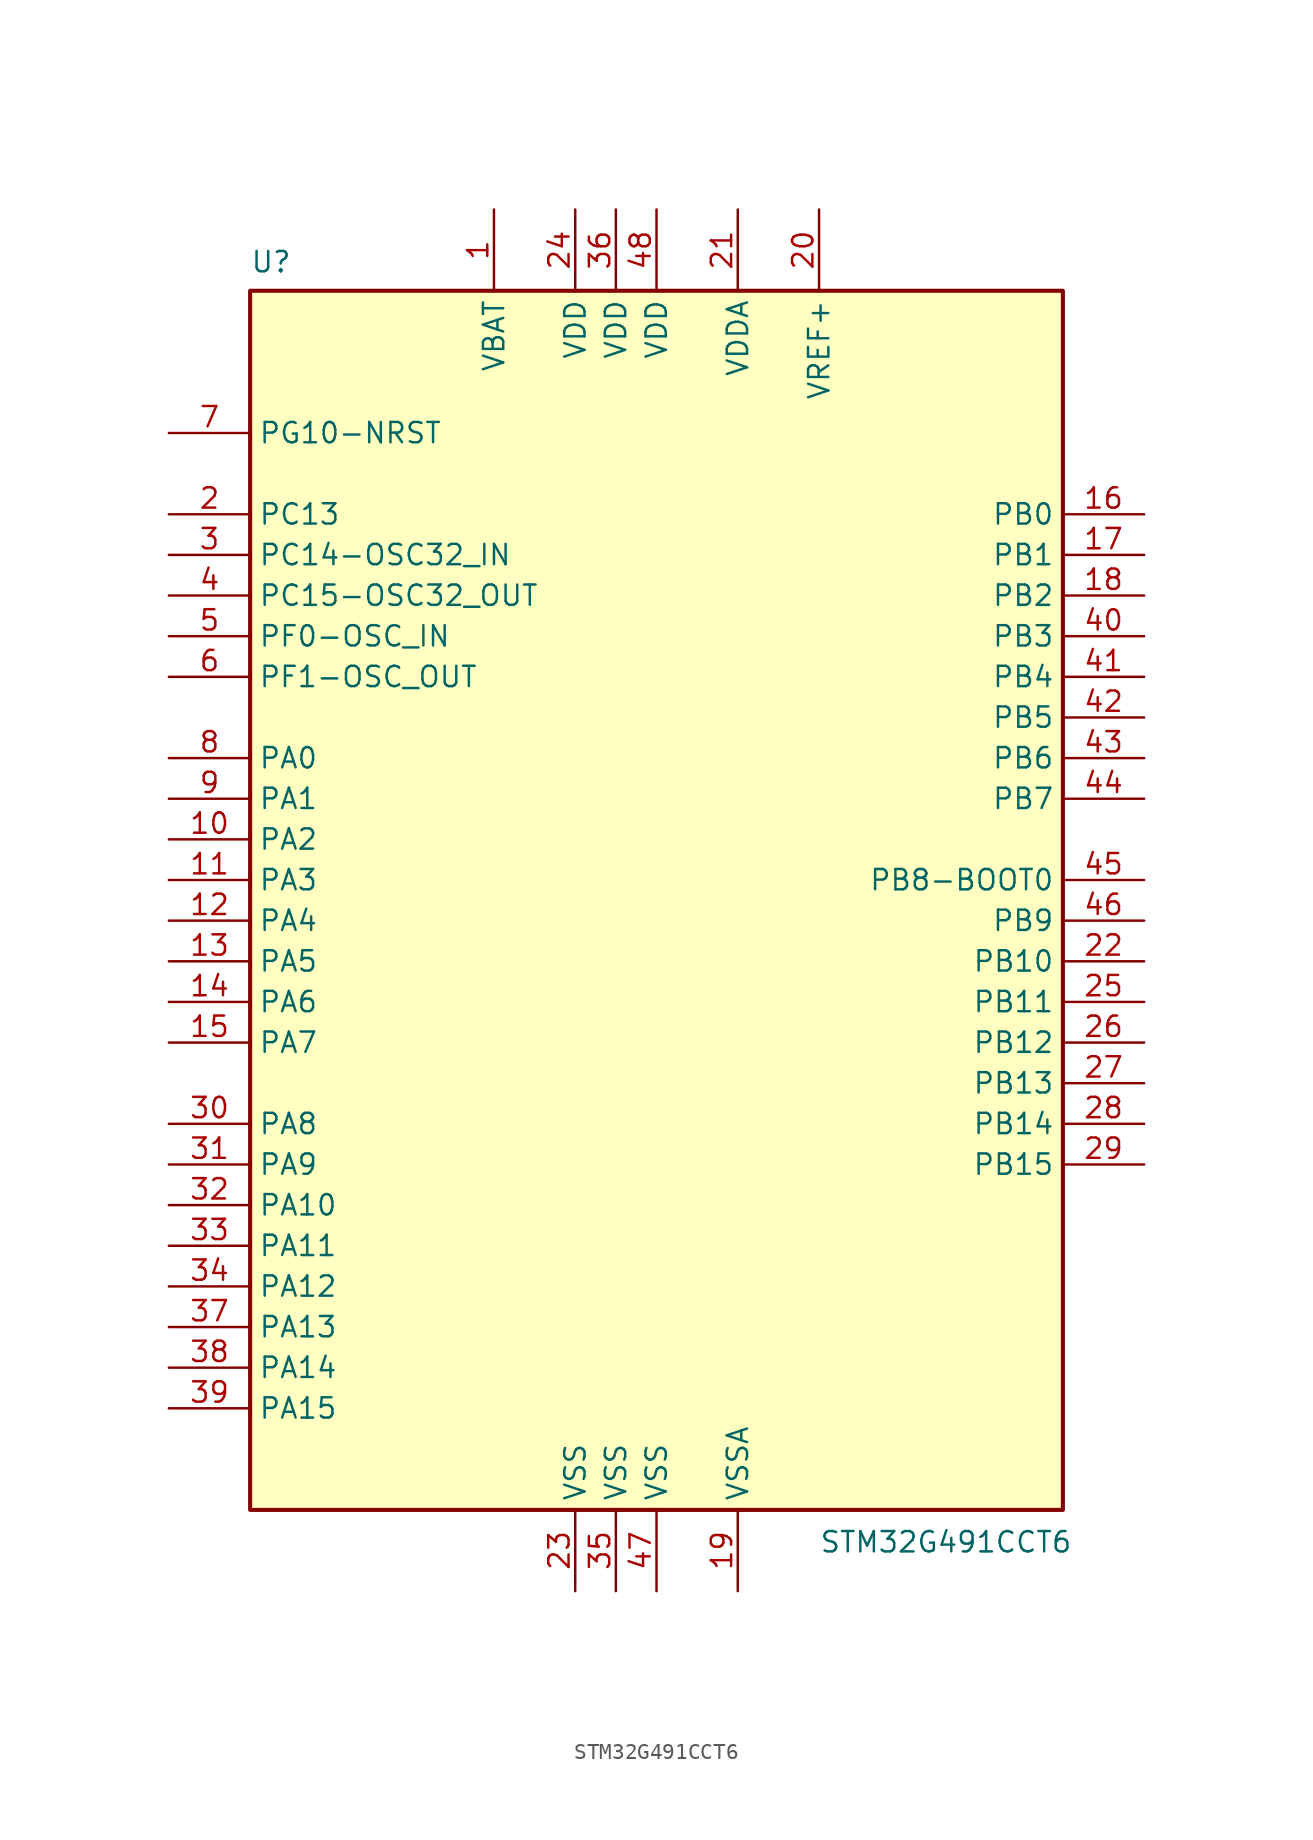
<source format=kicad_sym>
(kicad_symbol_lib
  (version 20241209)
  (generator "kicad_symbol_editor")
  (generator_version "9.0")
  (symbol "STM32G491CCT6"
    (property "Reference" "U"
      (at -25.4 40.64 0)
      (effects (font (size 1.27 1.27)) (justify left top)))
    (property "Value" "STM32G491CCT6"
      (at 10.16 -39.37 0)
      (effects (font (size 1.27 1.27)) (justify left top)))
    (symbol "STM32G491CCT6_1_1"
      (rectangle (start -25.4 38.1) (end 25.4 -38.1) (stroke (width 0.254) (type default)) (fill (type background)))
      (pin input line (at -30.48 29.21 0) (length 5.08) (name "PG10-NRST" (effects (font (size 1.27 1.27)))) (number "7" (effects (font (size 1.27 1.27)))) (alternate "MCO" output line) (alternate "NRST" input line))
      (pin bidirectional line (at -30.48 24.13 0) (length 5.08) (name "PC13" (effects (font (size 1.27 1.27)))) (number "2" (effects (font (size 1.27 1.27)))) (alternate "RTC_OUT1" output line) (alternate "RTC_TAMP1" input line) (alternate "RTC_TS" input line) (alternate "TIM1_BKIN" input line) (alternate "TIM1_CH1N" bidirectional line) (alternate "TIM8_CH4N" bidirectional line) (alternate "WKUP2" input line))
      (pin bidirectional line (at -30.48 21.59 0) (length 5.08) (name "PC14-OSC32_IN" (effects (font (size 1.27 1.27)))) (number "3" (effects (font (size 1.27 1.27)))))
      (pin bidirectional line (at -30.48 19.05 0) (length 5.08) (name "PC15-OSC32_OUT" (effects (font (size 1.27 1.27)))) (number "4" (effects (font (size 1.27 1.27)))))
      (pin bidirectional line (at -30.48 16.51 0) (length 5.08) (name "PF0-OSC_IN" (effects (font (size 1.27 1.27)))) (number "5" (effects (font (size 1.27 1.27)))) (alternate "ADC1_IN10" input line) (alternate "I2C2_SDA" bidirectional line) (alternate "I2S2_WS" bidirectional line) (alternate "OSC_IN" input line) (alternate "SPI2_NSS" bidirectional line) (alternate "TIM1_CH3N" bidirectional line))
      (pin bidirectional line (at -30.48 13.97 0) (length 5.08) (name "PF1-OSC_OUT" (effects (font (size 1.27 1.27)))) (number "6" (effects (font (size 1.27 1.27)))) (alternate "ADC2_IN10" input line) (alternate "COMP3_INM" input line) (alternate "I2S2_CK" bidirectional line) (alternate "OSC_OUT" output line) (alternate "SPI2_SCK" bidirectional line))
      (pin bidirectional line (at -30.48 8.89 0) (length 5.08) (name "PA0" (effects (font (size 1.27 1.27)))) (number "8" (effects (font (size 1.27 1.27)))) (alternate "ADC12_IN1" input line) (alternate "COMP1_INM" input line) (alternate "COMP1_OUT" output line) (alternate "COMP3_INP" input line) (alternate "RTC_TAMP2" input line) (alternate "TIM2_CH1" bidirectional line) (alternate "TIM2_ETR" input line) (alternate "TIM8_BKIN" input line) (alternate "TIM8_ETR" input line) (alternate "USART2_CTS" input line) (alternate "WKUP1" input line))
      (pin bidirectional line (at -30.48 6.35 0) (length 5.08) (name "PA1" (effects (font (size 1.27 1.27)))) (number "9" (effects (font (size 1.27 1.27)))) (alternate "ADC12_IN2" input line) (alternate "COMP1_INP" input line) (alternate "OPAMP1_VINP" input line) (alternate "OPAMP3_VINP" input line) (alternate "OPAMP6_VINM" input line) (alternate "RTC_REFIN" input line) (alternate "TIM15_CH1N" bidirectional line) (alternate "TIM2_CH2" bidirectional line) (alternate "USART2_RTS_DE" output line))
      (pin bidirectional line (at -30.48 3.81 0) (length 5.08) (name "PA2" (effects (font (size 1.27 1.27)))) (number "10" (effects (font (size 1.27 1.27)))) (alternate "ADC1_IN3" input line) (alternate "COMP2_INM" input line) (alternate "COMP2_OUT" output line) (alternate "LPUART1_TX" output line) (alternate "LSCO" output line) (alternate "OPAMP1_VOUT" output line) (alternate "QUADSPI1_BK1_NCS" output line) (alternate "TIM15_CH1" bidirectional line) (alternate "TIM2_CH3" bidirectional line) (alternate "UCPD1_FRSTX" output line) (alternate "USART2_TX" output line) (alternate "WKUP4" input line))
      (pin bidirectional line (at -30.48 1.27 0) (length 5.08) (name "PA3" (effects (font (size 1.27 1.27)))) (number "11" (effects (font (size 1.27 1.27)))) (alternate "ADC1_IN4" input line) (alternate "COMP2_INP" input line) (alternate "LPUART1_RX" input line) (alternate "OPAMP1_VINM" input line) (alternate "OPAMP1_VINP" input line) (alternate "QUADSPI1_CLK" output line) (alternate "SAI1_CK1" bidirectional line) (alternate "SAI1_MCLK_A" output line) (alternate "TIM15_CH2" bidirectional line) (alternate "TIM2_CH4" bidirectional line) (alternate "USART2_RX" input line))
      (pin bidirectional line (at -30.48 -1.27 0) (length 5.08) (name "PA4" (effects (font (size 1.27 1.27)))) (number "12" (effects (font (size 1.27 1.27)))) (alternate "ADC2_IN17" input line) (alternate "COMP1_INM" input line) (alternate "DAC1_OUT1" output line) (alternate "I2S3_WS" bidirectional line) (alternate "SAI1_FS_B" bidirectional line) (alternate "SPI1_NSS" bidirectional line) (alternate "SPI3_NSS" bidirectional line) (alternate "TIM3_CH2" bidirectional line) (alternate "USART2_CK" bidirectional line))
      (pin bidirectional line (at -30.48 -3.81 0) (length 5.08) (name "PA5" (effects (font (size 1.27 1.27)))) (number "13" (effects (font (size 1.27 1.27)))) (alternate "ADC2_IN13" input line) (alternate "COMP2_INM" input line) (alternate "DAC1_OUT2" output line) (alternate "OPAMP2_VINM" input line) (alternate "SPI1_SCK" bidirectional line) (alternate "TIM2_CH1" bidirectional line) (alternate "TIM2_ETR" input line) (alternate "UCPD1_FRSTX" output line))
      (pin bidirectional line (at -30.48 -6.35 0) (length 5.08) (name "PA6" (effects (font (size 1.27 1.27)))) (number "14" (effects (font (size 1.27 1.27)))) (alternate "ADC2_IN3" input line) (alternate "COMP1_OUT" output line) (alternate "LPUART1_CTS" input line) (alternate "OPAMP2_VOUT" output line) (alternate "QUADSPI1_BK1_IO3" bidirectional line) (alternate "SPI1_MISO" bidirectional line) (alternate "TIM16_CH1" bidirectional line) (alternate "TIM1_BKIN" input line) (alternate "TIM3_CH1" bidirectional line) (alternate "TIM8_BKIN" input line))
      (pin bidirectional line (at -30.48 -8.89 0) (length 5.08) (name "PA7" (effects (font (size 1.27 1.27)))) (number "15" (effects (font (size 1.27 1.27)))) (alternate "ADC2_IN4" input line) (alternate "COMP2_INP" input line) (alternate "COMP2_OUT" output line) (alternate "OPAMP1_VINP" input line) (alternate "OPAMP2_VINP" input line) (alternate "QUADSPI1_BK1_IO2" bidirectional line) (alternate "SPI1_MOSI" bidirectional line) (alternate "TIM17_CH1" bidirectional line) (alternate "TIM1_CH1N" bidirectional line) (alternate "TIM3_CH2" bidirectional line) (alternate "TIM8_CH1N" bidirectional line) (alternate "UCPD1_FRSTX" output line))
      (pin bidirectional line (at -30.48 -13.97 0) (length 5.08) (name "PA8" (effects (font (size 1.27 1.27)))) (number "30" (effects (font (size 1.27 1.27)))) (alternate "I2C2_SDA" bidirectional line) (alternate "I2C3_SCL" bidirectional line) (alternate "I2S2_MCK" output line) (alternate "MCO" output line) (alternate "SAI1_CK2" bidirectional line) (alternate "SAI1_SCK_A" bidirectional line) (alternate "TIM1_CH1" bidirectional line) (alternate "TIM4_ETR" input line) (alternate "USART1_CK" bidirectional line))
      (pin bidirectional line (at -30.48 -16.51 0) (length 5.08) (name "PA9" (effects (font (size 1.27 1.27)))) (number "31" (effects (font (size 1.27 1.27)))) (alternate "I2C2_SCL" bidirectional line) (alternate "I2C3_SMBA" bidirectional line) (alternate "I2S3_MCK" output line) (alternate "SAI1_FS_A" bidirectional line) (alternate "TIM15_BKIN" input line) (alternate "TIM1_CH2" bidirectional line) (alternate "TIM2_CH3" bidirectional line) (alternate "UCPD1_DBCC1" bidirectional line) (alternate "USART1_TX" output line))
      (pin bidirectional line (at -30.48 -19.05 0) (length 5.08) (name "PA10" (effects (font (size 1.27 1.27)))) (number "32" (effects (font (size 1.27 1.27)))) (alternate "I2C2_SMBA" input line) (alternate "PVD_IN" input line) (alternate "SAI1_D1" bidirectional line) (alternate "SAI1_SD_A" bidirectional line) (alternate "SPI2_MISO" bidirectional line) (alternate "TIM17_BKIN" input line) (alternate "TIM1_CH3" bidirectional line) (alternate "TIM2_CH4" bidirectional line) (alternate "TIM8_BKIN" input line) (alternate "UCPD1_DBCC2" bidirectional line) (alternate "USART1_RX" input line) (alternate "USB_CRS_SYNC" output line))
      (pin bidirectional line (at -30.48 -21.59 0) (length 5.08) (name "PA11" (effects (font (size 1.27 1.27)))) (number "33" (effects (font (size 1.27 1.27)))) (alternate "COMP1_OUT" output line) (alternate "FDCAN1_RX" input line) (alternate "I2S2_SD" bidirectional line) (alternate "SPI2_MOSI" bidirectional line) (alternate "TIM1_BKIN2" input line) (alternate "TIM1_CH1N" bidirectional line) (alternate "TIM1_CH4" bidirectional line) (alternate "TIM4_CH1" bidirectional line) (alternate "USART1_CTS" input line) (alternate "USB_DM" bidirectional line))
      (pin bidirectional line (at -30.48 -24.13 0) (length 5.08) (name "PA12" (effects (font (size 1.27 1.27)))) (number "34" (effects (font (size 1.27 1.27)))) (alternate "COMP2_OUT" output line) (alternate "FDCAN1_TX" output line) (alternate "I2SCKIN" input line) (alternate "TIM16_CH1" bidirectional line) (alternate "TIM1_CH2N" bidirectional line) (alternate "TIM1_ETR" input line) (alternate "TIM4_CH2" bidirectional line) (alternate "USART1_RTS_DE" output line) (alternate "USB_DP" bidirectional line))
      (pin bidirectional line (at -30.48 -26.67 0) (length 5.08) (name "PA13" (effects (font (size 1.27 1.27)))) (number "37" (effects (font (size 1.27 1.27)))) (alternate "I2C1_SCL" bidirectional line) (alternate "IR_OUT" output line) (alternate "SAI1_SD_B" bidirectional line) (alternate "SWDIO-JTMS" bidirectional line) (alternate "TIM16_CH1N" bidirectional line) (alternate "TIM4_CH3" bidirectional line) (alternate "USART3_CTS" input line))
      (pin bidirectional line (at -30.48 -29.21 0) (length 5.08) (name "PA14" (effects (font (size 1.27 1.27)))) (number "38" (effects (font (size 1.27 1.27)))) (alternate "I2C1_SDA" bidirectional line) (alternate "LPTIM1_OUT" output line) (alternate "SAI1_FS_B" bidirectional line) (alternate "SWCLK-JTCK" input line) (alternate "TIM1_BKIN" input line) (alternate "TIM8_CH2" bidirectional line) (alternate "USART2_TX" output line))
      (pin bidirectional line (at -30.48 -31.75 0) (length 5.08) (name "PA15" (effects (font (size 1.27 1.27)))) (number "39" (effects (font (size 1.27 1.27)))) (alternate "I2C1_SCL" bidirectional line) (alternate "I2S3_WS" bidirectional line) (alternate "JTDI" input line) (alternate "SPI1_NSS" bidirectional line) (alternate "SPI3_NSS" bidirectional line) (alternate "TIM1_BKIN" input line) (alternate "TIM20_ETR" input line) (alternate "TIM2_CH1" bidirectional line) (alternate "TIM2_ETR" input line) (alternate "TIM8_CH1" bidirectional line) (alternate "UART4_RTS_DE" output line) (alternate "USART2_RX" input line))
      (pin power_in line (at -10.16 43.18 270) (length 5.08) (name "VBAT" (effects (font (size 1.27 1.27)))) (number "1" (effects (font (size 1.27 1.27)))))
      (pin power_in line (at -5.08 43.18 270) (length 5.08) (name "VDD" (effects (font (size 1.27 1.27)))) (number "24" (effects (font (size 1.27 1.27)))))
      (pin power_in line (at -5.08 -43.18 90) (length 5.08) (name "VSS" (effects (font (size 1.27 1.27)))) (number "23" (effects (font (size 1.27 1.27)))))
      (pin power_in line (at -2.54 43.18 270) (length 5.08) (name "VDD" (effects (font (size 1.27 1.27)))) (number "36" (effects (font (size 1.27 1.27)))))
      (pin power_in line (at -2.54 -43.18 90) (length 5.08) (name "VSS" (effects (font (size 1.27 1.27)))) (number "35" (effects (font (size 1.27 1.27)))))
      (pin power_in line (at 0 43.18 270) (length 5.08) (name "VDD" (effects (font (size 1.27 1.27)))) (number "48" (effects (font (size 1.27 1.27)))))
      (pin power_in line (at 0 -43.18 90) (length 5.08) (name "VSS" (effects (font (size 1.27 1.27)))) (number "47" (effects (font (size 1.27 1.27)))))
      (pin power_in line (at 5.08 43.18 270) (length 5.08) (name "VDDA" (effects (font (size 1.27 1.27)))) (number "21" (effects (font (size 1.27 1.27)))))
      (pin power_in line (at 5.08 -43.18 90) (length 5.08) (name "VSSA" (effects (font (size 1.27 1.27)))) (number "19" (effects (font (size 1.27 1.27)))))
      (pin power_in line (at 10.16 43.18 270) (length 5.08) (name "VREF+" (effects (font (size 1.27 1.27)))) (number "20" (effects (font (size 1.27 1.27)))) (alternate "VREFBUF_OUT" output line))
      (pin bidirectional line (at 30.48 24.13 180) (length 5.08) (name "PB0" (effects (font (size 1.27 1.27)))) (number "16" (effects (font (size 1.27 1.27)))) (alternate "ADC1_IN15" input line) (alternate "ADC3_IN12" input line) (alternate "COMP4_INP" input line) (alternate "OPAMP2_VINP" input line) (alternate "OPAMP3_VINP" input line) (alternate "QUADSPI1_BK1_IO1" bidirectional line) (alternate "TIM1_CH2N" bidirectional line) (alternate "TIM3_CH3" bidirectional line) (alternate "TIM8_CH2N" bidirectional line) (alternate "UCPD1_FRSTX" output line))
      (pin bidirectional line (at 30.48 21.59 180) (length 5.08) (name "PB1" (effects (font (size 1.27 1.27)))) (number "17" (effects (font (size 1.27 1.27)))) (alternate "ADC1_IN12" input line) (alternate "ADC3_IN1" input line) (alternate "COMP1_INP" input line) (alternate "COMP4_OUT" output line) (alternate "LPUART1_RTS_DE" output line) (alternate "OPAMP3_VOUT" output line) (alternate "OPAMP6_VINM" input line) (alternate "QUADSPI1_BK1_IO0" bidirectional line) (alternate "TIM1_CH3N" bidirectional line) (alternate "TIM3_CH4" bidirectional line) (alternate "TIM8_CH3N" bidirectional line))
      (pin bidirectional line (at 30.48 19.05 180) (length 5.08) (name "PB2" (effects (font (size 1.27 1.27)))) (number "18" (effects (font (size 1.27 1.27)))) (alternate "ADC2_IN12" input line) (alternate "COMP4_INM" input line) (alternate "I2C3_SMBA" bidirectional line) (alternate "LPTIM1_OUT" output line) (alternate "OPAMP3_VINM" input line) (alternate "QUADSPI1_BK2_IO1" bidirectional line) (alternate "RTC_OUT2" output line) (alternate "TIM20_CH1" bidirectional line))
      (pin bidirectional line (at 30.48 16.51 180) (length 5.08) (name "PB3" (effects (font (size 1.27 1.27)))) (number "40" (effects (font (size 1.27 1.27)))) (alternate "I2S3_CK" bidirectional line) (alternate "JTDO" output line) (alternate "SAI1_SCK_B" bidirectional line) (alternate "SPI1_SCK" bidirectional line) (alternate "SPI3_SCK" bidirectional line) (alternate "TIM2_CH2" bidirectional line) (alternate "TIM3_ETR" input line) (alternate "TIM4_ETR" input line) (alternate "TIM8_CH1N" bidirectional line) (alternate "TRACESWO" output line) (alternate "USART2_TX" output line) (alternate "USB_CRS_SYNC" output line))
      (pin bidirectional line (at 30.48 13.97 180) (length 5.08) (name "PB4" (effects (font (size 1.27 1.27)))) (number "41" (effects (font (size 1.27 1.27)))) (alternate "JTRST" input line) (alternate "SAI1_MCLK_B" output line) (alternate "SPI1_MISO" bidirectional line) (alternate "SPI3_MISO" bidirectional line) (alternate "TIM16_CH1" bidirectional line) (alternate "TIM17_BKIN" input line) (alternate "TIM3_CH1" bidirectional line) (alternate "TIM8_CH2N" bidirectional line) (alternate "UART5_RTS_DE" output line) (alternate "UCPD1_CC2" bidirectional line) (alternate "USART2_RX" input line))
      (pin bidirectional line (at 30.48 11.43 180) (length 5.08) (name "PB5" (effects (font (size 1.27 1.27)))) (number "42" (effects (font (size 1.27 1.27)))) (alternate "FDCAN2_RX" input line) (alternate "I2C1_SMBA" bidirectional line) (alternate "I2C3_SDA" bidirectional line) (alternate "I2S3_SD" bidirectional line) (alternate "LPTIM1_IN1" input line) (alternate "SAI1_SD_B" bidirectional line) (alternate "SPI1_MOSI" bidirectional line) (alternate "SPI3_MOSI" bidirectional line) (alternate "TIM16_BKIN" input line) (alternate "TIM17_CH1" bidirectional line) (alternate "TIM3_CH2" bidirectional line) (alternate "TIM8_CH3N" bidirectional line) (alternate "UART5_CTS" input line) (alternate "USART2_CK" bidirectional line))
      (pin bidirectional line (at 30.48 8.89 180) (length 5.08) (name "PB6" (effects (font (size 1.27 1.27)))) (number "43" (effects (font (size 1.27 1.27)))) (alternate "COMP4_OUT" output line) (alternate "FDCAN2_TX" output line) (alternate "LPTIM1_ETR" input line) (alternate "SAI1_FS_B" bidirectional line) (alternate "TIM16_CH1N" bidirectional line) (alternate "TIM4_CH1" bidirectional line) (alternate "TIM8_BKIN2" input line) (alternate "TIM8_CH1" bidirectional line) (alternate "TIM8_ETR" input line) (alternate "UCPD1_CC1" bidirectional line) (alternate "USART1_TX" output line))
      (pin bidirectional line (at 30.48 6.35 180) (length 5.08) (name "PB7" (effects (font (size 1.27 1.27)))) (number "44" (effects (font (size 1.27 1.27)))) (alternate "COMP3_OUT" output line) (alternate "I2C1_SDA" bidirectional line) (alternate "LPTIM1_IN2" input line) (alternate "TIM17_CH1N" bidirectional line) (alternate "TIM3_CH4" bidirectional line) (alternate "TIM4_CH2" bidirectional line) (alternate "TIM8_BKIN" input line) (alternate "UART4_CTS" input line) (alternate "USART1_RX" input line))
      (pin bidirectional line (at 30.48 1.27 180) (length 5.08) (name "PB8-BOOT0" (effects (font (size 1.27 1.27)))) (number "45" (effects (font (size 1.27 1.27)))) (alternate "COMP1_OUT" output line) (alternate "FDCAN1_RX" input line) (alternate "I2C1_SCL" bidirectional line) (alternate "SAI1_CK1" bidirectional line) (alternate "SAI1_MCLK_A" output line) (alternate "TIM16_CH1" bidirectional line) (alternate "TIM1_BKIN" input line) (alternate "TIM4_CH3" bidirectional line) (alternate "TIM8_CH2" bidirectional line) (alternate "USART3_RX" input line))
      (pin bidirectional line (at 30.48 -1.27 180) (length 5.08) (name "PB9" (effects (font (size 1.27 1.27)))) (number "46" (effects (font (size 1.27 1.27)))) (alternate "COMP2_OUT" output line) (alternate "FDCAN1_TX" output line) (alternate "I2C1_SDA" bidirectional line) (alternate "IR_OUT" output line) (alternate "SAI1_D2" bidirectional line) (alternate "SAI1_FS_A" bidirectional line) (alternate "TIM17_CH1" bidirectional line) (alternate "TIM1_CH3N" bidirectional line) (alternate "TIM4_CH4" bidirectional line) (alternate "TIM8_CH3" bidirectional line) (alternate "USART3_TX" output line))
      (pin bidirectional line (at 30.48 -3.81 180) (length 5.08) (name "PB10" (effects (font (size 1.27 1.27)))) (number "22" (effects (font (size 1.27 1.27)))) (alternate "LPUART1_RX" input line) (alternate "OPAMP3_VINM" input line) (alternate "QUADSPI1_CLK" output line) (alternate "SAI1_SCK_A" bidirectional line) (alternate "TIM1_BKIN" input line) (alternate "TIM2_CH3" bidirectional line) (alternate "USART3_TX" output line))
      (pin bidirectional line (at 30.48 -6.35 180) (length 5.08) (name "PB11" (effects (font (size 1.27 1.27)))) (number "25" (effects (font (size 1.27 1.27)))) (alternate "ADC12_IN14" input line) (alternate "LPUART1_TX" output line) (alternate "OPAMP6_VOUT" output line) (alternate "QUADSPI1_BK1_NCS" output line) (alternate "TIM2_CH4" bidirectional line) (alternate "USART3_RX" input line))
      (pin bidirectional line (at 30.48 -8.89 180) (length 5.08) (name "PB12" (effects (font (size 1.27 1.27)))) (number "26" (effects (font (size 1.27 1.27)))) (alternate "ADC1_IN11" input line) (alternate "FDCAN2_RX" input line) (alternate "I2C2_SMBA" bidirectional line) (alternate "I2S2_WS" bidirectional line) (alternate "LPUART1_RTS_DE" output line) (alternate "OPAMP6_VINP" input line) (alternate "SPI2_NSS" bidirectional line) (alternate "TIM1_BKIN" input line) (alternate "USART3_CK" bidirectional line))
      (pin bidirectional line (at 30.48 -11.43 180) (length 5.08) (name "PB13" (effects (font (size 1.27 1.27)))) (number "27" (effects (font (size 1.27 1.27)))) (alternate "ADC3_IN5" input line) (alternate "FDCAN2_TX" output line) (alternate "I2S2_CK" bidirectional line) (alternate "LPUART1_CTS" input line) (alternate "OPAMP3_VINP" input line) (alternate "OPAMP6_VINP" input line) (alternate "SPI2_SCK" bidirectional line) (alternate "TIM1_CH1N" bidirectional line) (alternate "USART3_CTS" input line))
      (pin bidirectional line (at 30.48 -13.97 180) (length 5.08) (name "PB14" (effects (font (size 1.27 1.27)))) (number "28" (effects (font (size 1.27 1.27)))) (alternate "ADC1_IN5" input line) (alternate "COMP4_OUT" output line) (alternate "OPAMP2_VINP" input line) (alternate "SPI2_MISO" bidirectional line) (alternate "TIM15_CH1" bidirectional line) (alternate "TIM1_CH2N" bidirectional line) (alternate "USART3_RTS_DE" output line))
      (pin bidirectional line (at 30.48 -16.51 180) (length 5.08) (name "PB15" (effects (font (size 1.27 1.27)))) (number "29" (effects (font (size 1.27 1.27)))) (alternate "ADC2_IN15" input line) (alternate "COMP3_OUT" output line) (alternate "I2S2_SD" bidirectional line) (alternate "RTC_REFIN" input line) (alternate "SPI2_MOSI" bidirectional line) (alternate "TIM15_CH1N" bidirectional line) (alternate "TIM15_CH2" bidirectional line) (alternate "TIM1_CH3N" bidirectional line)))))
</source>
